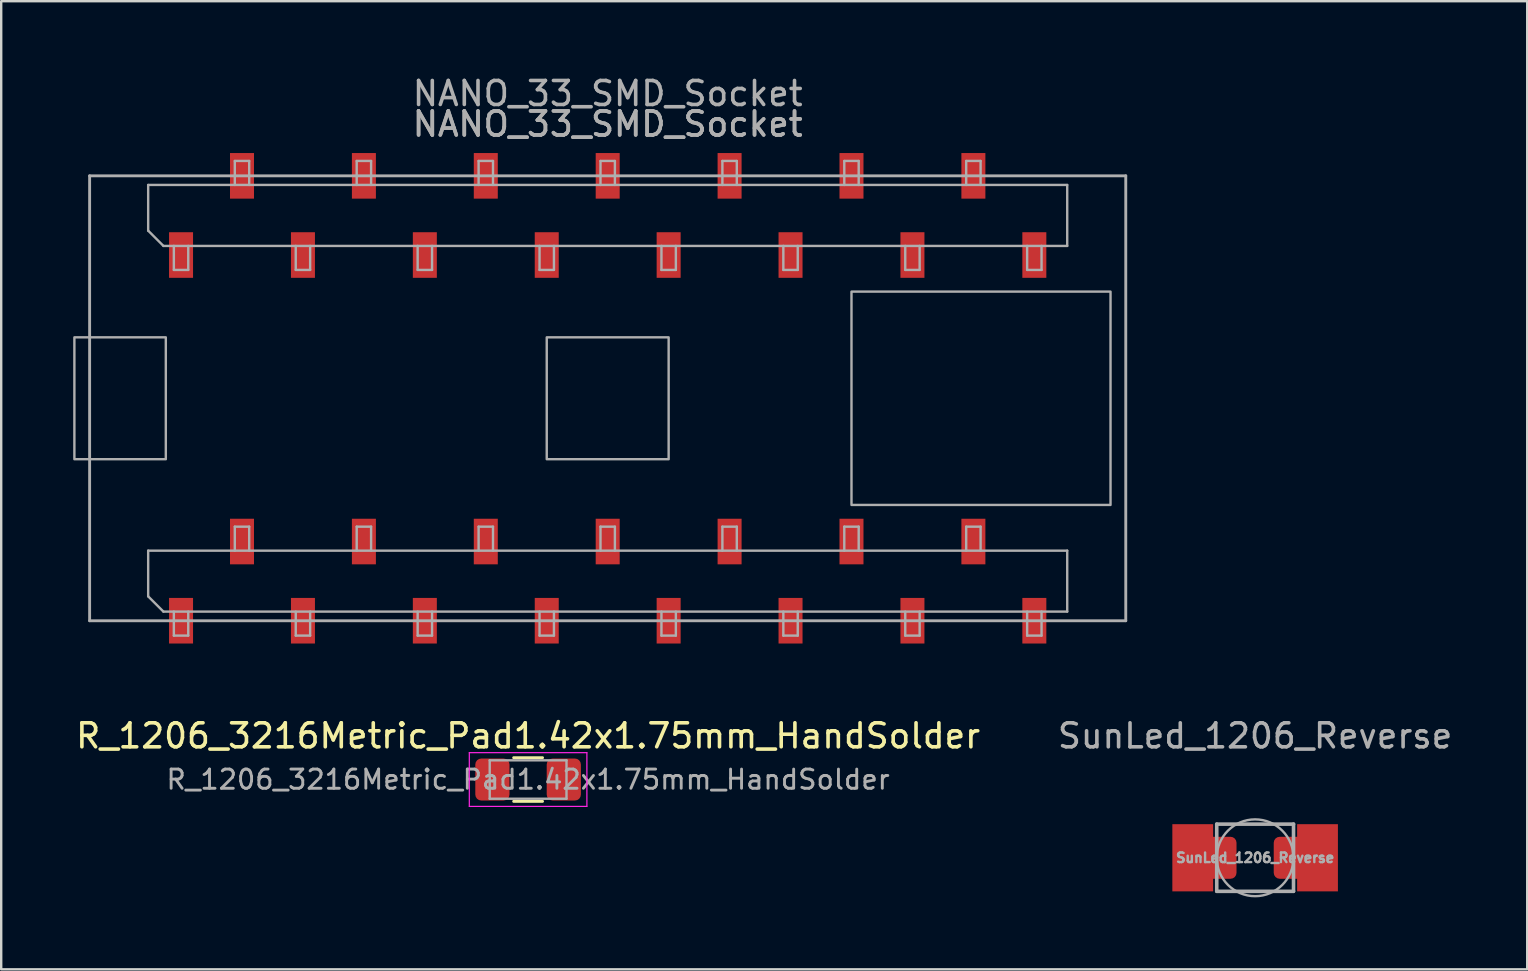
<source format=kicad_pcb>
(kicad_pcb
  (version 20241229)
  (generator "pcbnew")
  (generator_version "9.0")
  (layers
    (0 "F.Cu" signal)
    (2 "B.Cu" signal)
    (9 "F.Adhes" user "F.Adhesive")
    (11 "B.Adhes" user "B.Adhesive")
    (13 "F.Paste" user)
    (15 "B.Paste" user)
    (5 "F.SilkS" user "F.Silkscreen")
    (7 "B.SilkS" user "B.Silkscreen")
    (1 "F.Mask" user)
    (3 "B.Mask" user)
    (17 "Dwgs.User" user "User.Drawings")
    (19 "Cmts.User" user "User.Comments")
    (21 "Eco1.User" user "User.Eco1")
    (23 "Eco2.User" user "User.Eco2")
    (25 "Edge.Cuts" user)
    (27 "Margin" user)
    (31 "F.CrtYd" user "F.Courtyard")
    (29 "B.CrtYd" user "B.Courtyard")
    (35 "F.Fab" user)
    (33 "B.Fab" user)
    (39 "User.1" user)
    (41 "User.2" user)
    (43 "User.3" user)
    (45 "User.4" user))
  (footprint "NANO_33_SMD_Socket"
    (layer "F.Cu")
    (at 22.275 13.548)
    (property "Reference" "NANO_33_SMD_Socket" (at 0 -12.7 180) (layer "F.Fab") (effects (font (size 1 1) (thickness 0.15))))
    (attr smd)
    (fp_line (start -21.59 9.271) (end -21.59 -9.271) (stroke (width 0.12) (type solid)) (layer "F.Fab"))
    (fp_line (start -19.15 -8.89) (end 19.15 -8.89) (stroke (width 0.1) (type solid)) (layer "F.Fab"))
    (fp_line (start -19.15 -6.985) (end -19.15 -8.89) (stroke (width 0.1) (type solid)) (layer "F.Fab"))
    (fp_line (start -19.15 6.35) (end 19.15 6.35) (stroke (width 0.1) (type solid)) (layer "F.Fab"))
    (fp_line (start -19.15 8.255) (end -19.15 6.35) (stroke (width 0.1) (type solid)) (layer "F.Fab"))
    (fp_line (start -18.515 -6.35) (end -19.15 -6.985) (stroke (width 0.1) (type solid)) (layer "F.Fab"))
    (fp_line (start -18.515 8.89) (end -19.15 8.255) (stroke (width 0.1) (type solid)) (layer "F.Fab"))
    (fp_line (start -18.08 -5.35) (end -18.08 -6.35) (stroke (width 0.1) (type solid)) (layer "F.Fab"))
    (fp_line (start -18.08 9.89) (end -18.08 8.89) (stroke (width 0.1) (type solid)) (layer "F.Fab"))
    (fp_line (start -17.48 -6.35) (end -17.48 -5.35) (stroke (width 0.1) (type solid)) (layer "F.Fab"))
    (fp_line (start -17.48 -5.35) (end -18.08 -5.35) (stroke (width 0.1) (type solid)) (layer "F.Fab"))
    (fp_line (start -17.48 8.89) (end -17.48 9.89) (stroke (width 0.1) (type solid)) (layer "F.Fab"))
    (fp_line (start -17.48 9.89) (end -18.08 9.89) (stroke (width 0.1) (type solid)) (layer "F.Fab"))
    (fp_line (start -15.54 -9.89) (end -14.94 -9.89) (stroke (width 0.1) (type solid)) (layer "F.Fab"))
    (fp_line (start -15.54 -8.89) (end -15.54 -9.89) (stroke (width 0.1) (type solid)) (layer "F.Fab"))
    (fp_line (start -15.54 5.35) (end -14.94 5.35) (stroke (width 0.1) (type solid)) (layer "F.Fab"))
    (fp_line (start -15.54 6.35) (end -15.54 5.35) (stroke (width 0.1) (type solid)) (layer "F.Fab"))
    (fp_line (start -14.94 -9.89) (end -14.94 -8.89) (stroke (width 0.1) (type solid)) (layer "F.Fab"))
    (fp_line (start -14.94 5.35) (end -14.94 6.35) (stroke (width 0.1) (type solid)) (layer "F.Fab"))
    (fp_line (start -13 -5.35) (end -13 -6.35) (stroke (width 0.1) (type solid)) (layer "F.Fab"))
    (fp_line (start -13 9.89) (end -13 8.89) (stroke (width 0.1) (type solid)) (layer "F.Fab"))
    (fp_line (start -12.4 -6.35) (end -12.4 -5.35) (stroke (width 0.1) (type solid)) (layer "F.Fab"))
    (fp_line (start -12.4 -5.35) (end -13 -5.35) (stroke (width 0.1) (type solid)) (layer "F.Fab"))
    (fp_line (start -12.4 8.89) (end -12.4 9.89) (stroke (width 0.1) (type solid)) (layer "F.Fab"))
    (fp_line (start -12.4 9.89) (end -13 9.89) (stroke (width 0.1) (type solid)) (layer "F.Fab"))
    (fp_line (start -10.46 -9.89) (end -9.86 -9.89) (stroke (width 0.1) (type solid)) (layer "F.Fab"))
    (fp_line (start -10.46 -8.89) (end -10.46 -9.89) (stroke (width 0.1) (type solid)) (layer "F.Fab"))
    (fp_line (start -10.46 5.35) (end -9.86 5.35) (stroke (width 0.1) (type solid)) (layer "F.Fab"))
    (fp_line (start -10.46 6.35) (end -10.46 5.35) (stroke (width 0.1) (type solid)) (layer "F.Fab"))
    (fp_line (start -9.86 -9.89) (end -9.86 -8.89) (stroke (width 0.1) (type solid)) (layer "F.Fab"))
    (fp_line (start -9.86 5.35) (end -9.86 6.35) (stroke (width 0.1) (type solid)) (layer "F.Fab"))
    (fp_line (start -7.92 -5.35) (end -7.92 -6.35) (stroke (width 0.1) (type solid)) (layer "F.Fab"))
    (fp_line (start -7.92 9.89) (end -7.92 8.89) (stroke (width 0.1) (type solid)) (layer "F.Fab"))
    (fp_line (start -7.32 -6.35) (end -7.32 -5.35) (stroke (width 0.1) (type solid)) (layer "F.Fab"))
    (fp_line (start -7.32 -5.35) (end -7.92 -5.35) (stroke (width 0.1) (type solid)) (layer "F.Fab"))
    (fp_line (start -7.32 8.89) (end -7.32 9.89) (stroke (width 0.1) (type solid)) (layer "F.Fab"))
    (fp_line (start -7.32 9.89) (end -7.92 9.89) (stroke (width 0.1) (type solid)) (layer "F.Fab"))
    (fp_line (start -5.38 -9.89) (end -4.78 -9.89) (stroke (width 0.1) (type solid)) (layer "F.Fab"))
    (fp_line (start -5.38 -8.89) (end -5.38 -9.89) (stroke (width 0.1) (type solid)) (layer "F.Fab"))
    (fp_line (start -5.38 5.35) (end -4.78 5.35) (stroke (width 0.1) (type solid)) (layer "F.Fab"))
    (fp_line (start -5.38 6.35) (end -5.38 5.35) (stroke (width 0.1) (type solid)) (layer "F.Fab"))
    (fp_line (start -4.78 -9.89) (end -4.78 -8.89) (stroke (width 0.1) (type solid)) (layer "F.Fab"))
    (fp_line (start -4.78 5.35) (end -4.78 6.35) (stroke (width 0.1) (type solid)) (layer "F.Fab"))
    (fp_line (start -2.84 -5.35) (end -2.84 -6.35) (stroke (width 0.1) (type solid)) (layer "F.Fab"))
    (fp_line (start -2.84 9.89) (end -2.84 8.89) (stroke (width 0.1) (type solid)) (layer "F.Fab"))
    (fp_line (start -2.24 -6.35) (end -2.24 -5.35) (stroke (width 0.1) (type solid)) (layer "F.Fab"))
    (fp_line (start -2.24 -5.35) (end -2.84 -5.35) (stroke (width 0.1) (type solid)) (layer "F.Fab"))
    (fp_line (start -2.24 8.89) (end -2.24 9.89) (stroke (width 0.1) (type solid)) (layer "F.Fab"))
    (fp_line (start -2.24 9.89) (end -2.84 9.89) (stroke (width 0.1) (type solid)) (layer "F.Fab"))
    (fp_line (start -0.3 -9.89) (end 0.3 -9.89) (stroke (width 0.1) (type solid)) (layer "F.Fab"))
    (fp_line (start -0.3 -8.89) (end -0.3 -9.89) (stroke (width 0.1) (type solid)) (layer "F.Fab"))
    (fp_line (start -0.3 5.35) (end 0.3 5.35) (stroke (width 0.1) (type solid)) (layer "F.Fab"))
    (fp_line (start -0.3 6.35) (end -0.3 5.35) (stroke (width 0.1) (type solid)) (layer "F.Fab"))
    (fp_line (start 0.3 -9.89) (end 0.3 -8.89) (stroke (width 0.1) (type solid)) (layer "F.Fab"))
    (fp_line (start 0.3 5.35) (end 0.3 6.35) (stroke (width 0.1) (type solid)) (layer "F.Fab"))
    (fp_line (start 2.24 -5.35) (end 2.24 -6.35) (stroke (width 0.1) (type solid)) (layer "F.Fab"))
    (fp_line (start 2.24 9.89) (end 2.24 8.89) (stroke (width 0.1) (type solid)) (layer "F.Fab"))
    (fp_line (start 2.84 -6.35) (end 2.84 -5.35) (stroke (width 0.1) (type solid)) (layer "F.Fab"))
    (fp_line (start 2.84 -5.35) (end 2.24 -5.35) (stroke (width 0.1) (type solid)) (layer "F.Fab"))
    (fp_line (start 2.84 8.89) (end 2.84 9.89) (stroke (width 0.1) (type solid)) (layer "F.Fab"))
    (fp_line (start 2.84 9.89) (end 2.24 9.89) (stroke (width 0.1) (type solid)) (layer "F.Fab"))
    (fp_line (start 4.78 -9.89) (end 5.38 -9.89) (stroke (width 0.1) (type solid)) (layer "F.Fab"))
    (fp_line (start 4.78 -8.89) (end 4.78 -9.89) (stroke (width 0.1) (type solid)) (layer "F.Fab"))
    (fp_line (start 4.78 5.35) (end 5.38 5.35) (stroke (width 0.1) (type solid)) (layer "F.Fab"))
    (fp_line (start 4.78 6.35) (end 4.78 5.35) (stroke (width 0.1) (type solid)) (layer "F.Fab"))
    (fp_line (start 5.38 -9.89) (end 5.38 -8.89) (stroke (width 0.1) (type solid)) (layer "F.Fab"))
    (fp_line (start 5.38 5.35) (end 5.38 6.35) (stroke (width 0.1) (type solid)) (layer "F.Fab"))
    (fp_line (start 7.32 -5.35) (end 7.32 -6.35) (stroke (width 0.1) (type solid)) (layer "F.Fab"))
    (fp_line (start 7.32 9.89) (end 7.32 8.89) (stroke (width 0.1) (type solid)) (layer "F.Fab"))
    (fp_line (start 7.92 -6.35) (end 7.92 -5.35) (stroke (width 0.1) (type solid)) (layer "F.Fab"))
    (fp_line (start 7.92 -5.35) (end 7.32 -5.35) (stroke (width 0.1) (type solid)) (layer "F.Fab"))
    (fp_line (start 7.92 8.89) (end 7.92 9.89) (stroke (width 0.1) (type solid)) (layer "F.Fab"))
    (fp_line (start 7.92 9.89) (end 7.32 9.89) (stroke (width 0.1) (type solid)) (layer "F.Fab"))
    (fp_line (start 9.86 -9.89) (end 10.46 -9.89) (stroke (width 0.1) (type solid)) (layer "F.Fab"))
    (fp_line (start 9.86 -8.89) (end 9.86 -9.89) (stroke (width 0.1) (type solid)) (layer "F.Fab"))
    (fp_line (start 9.86 5.35) (end 10.46 5.35) (stroke (width 0.1) (type solid)) (layer "F.Fab"))
    (fp_line (start 9.86 6.35) (end 9.86 5.35) (stroke (width 0.1) (type solid)) (layer "F.Fab"))
    (fp_line (start 10.46 -9.89) (end 10.46 -8.89) (stroke (width 0.1) (type solid)) (layer "F.Fab"))
    (fp_line (start 10.46 5.35) (end 10.46 6.35) (stroke (width 0.1) (type solid)) (layer "F.Fab"))
    (fp_line (start 12.4 -5.35) (end 12.4 -6.35) (stroke (width 0.1) (type solid)) (layer "F.Fab"))
    (fp_line (start 12.4 9.89) (end 12.4 8.89) (stroke (width 0.1) (type solid)) (layer "F.Fab"))
    (fp_line (start 13 -6.35) (end 13 -5.35) (stroke (width 0.1) (type solid)) (layer "F.Fab"))
    (fp_line (start 13 -5.35) (end 12.4 -5.35) (stroke (width 0.1) (type solid)) (layer "F.Fab"))
    (fp_line (start 13 8.89) (end 13 9.89) (stroke (width 0.1) (type solid)) (layer "F.Fab"))
    (fp_line (start 13 9.89) (end 12.4 9.89) (stroke (width 0.1) (type solid)) (layer "F.Fab"))
    (fp_line (start 14.94 -9.89) (end 15.54 -9.89) (stroke (width 0.1) (type solid)) (layer "F.Fab"))
    (fp_line (start 14.94 -8.89) (end 14.94 -9.89) (stroke (width 0.1) (type solid)) (layer "F.Fab"))
    (fp_line (start 14.94 5.35) (end 15.54 5.35) (stroke (width 0.1) (type solid)) (layer "F.Fab"))
    (fp_line (start 14.94 6.35) (end 14.94 5.35) (stroke (width 0.1) (type solid)) (layer "F.Fab"))
    (fp_line (start 15.54 -9.89) (end 15.54 -8.89) (stroke (width 0.1) (type solid)) (layer "F.Fab"))
    (fp_line (start 15.54 5.35) (end 15.54 6.35) (stroke (width 0.1) (type solid)) (layer "F.Fab"))
    (fp_line (start 17.48 -5.35) (end 17.48 -6.35) (stroke (width 0.1) (type solid)) (layer "F.Fab"))
    (fp_line (start 17.48 9.89) (end 17.48 8.89) (stroke (width 0.1) (type solid)) (layer "F.Fab"))
    (fp_line (start 18.08 -6.35) (end 18.08 -5.35) (stroke (width 0.1) (type solid)) (layer "F.Fab"))
    (fp_line (start 18.08 -5.35) (end 17.48 -5.35) (stroke (width 0.1) (type solid)) (layer "F.Fab"))
    (fp_line (start 18.08 8.89) (end 18.08 9.89) (stroke (width 0.1) (type solid)) (layer "F.Fab"))
    (fp_line (start 18.08 9.89) (end 17.48 9.89) (stroke (width 0.1) (type solid)) (layer "F.Fab"))
    (fp_line (start 19.15 -8.89) (end 19.15 -6.35) (stroke (width 0.1) (type solid)) (layer "F.Fab"))
    (fp_line (start 19.15 -6.35) (end -18.515 -6.35) (stroke (width 0.1) (type solid)) (layer "F.Fab"))
    (fp_line (start 19.15 6.35) (end 19.15 8.89) (stroke (width 0.1) (type solid)) (layer "F.Fab"))
    (fp_line (start 19.15 8.89) (end -18.515 8.89) (stroke (width 0.1) (type solid)) (layer "F.Fab"))
    (fp_line (start 21.59 -9.271) (end -21.59 -9.271) (stroke (width 0.12) (type solid)) (layer "F.Fab"))
    (fp_line (start 21.59 9.271) (end -21.59 9.271) (stroke (width 0.12) (type solid)) (layer "F.Fab"))
    (fp_line (start 21.59 9.271) (end 21.59 -9.271) (stroke (width 0.12) (type solid)) (layer "F.Fab"))
    (fp_poly (pts (xy -18.415 2.54) (xy -22.225 2.54) (xy -22.225 -2.54) (xy -18.415 -2.54)) (stroke (width 0.1) (type solid)) (fill no) (layer "F.Fab"))
    (fp_poly (pts (xy 2.54 2.54) (xy -2.54 2.54) (xy -2.54 -2.54) (xy 2.54 -2.54)) (stroke (width 0.1) (type solid)) (fill no) (layer "F.Fab"))
    (fp_poly (pts (xy 20.955 4.445) (xy 10.16 4.445) (xy 10.16 -4.445) (xy 20.955 -4.445)) (stroke (width 0.1) (type solid)) (fill no) (layer "F.Fab"))
    (fp_text user "${REFERENCE}" (at 0 -11.43 180) (layer "F.Fab") (effects (font (size 1 1) (thickness 0.15))))
    (fp_text user "${REFERENCE}" (at 0 -11.43 180) (layer "F.Fab") (effects (font (size 1 1) (thickness 0.15))))
    (pad "1" smd rect (at -17.78 9.27 90) (size 1.9 1) (layers "F.Cu" "F.Mask" "F.Paste"))
    (pad "2" smd rect (at -15.24 5.97 90) (size 1.9 1) (layers "F.Cu" "F.Mask" "F.Paste"))
    (pad "3" smd rect (at -12.7 9.27 90) (size 1.9 1) (layers "F.Cu" "F.Mask" "F.Paste"))
    (pad "4" smd rect (at -10.16 5.97 90) (size 1.9 1) (layers "F.Cu" "F.Mask" "F.Paste"))
    (pad "5" smd rect (at -7.62 9.27 90) (size 1.9 1) (layers "F.Cu" "F.Mask" "F.Paste"))
    (pad "6" smd rect (at -5.08 5.97 90) (size 1.9 1) (layers "F.Cu" "F.Mask" "F.Paste"))
    (pad "7" smd rect (at -2.54 9.27 90) (size 1.9 1) (layers "F.Cu" "F.Mask" "F.Paste"))
    (pad "8" smd rect (at 0 5.97 90) (size 1.9 1) (layers "F.Cu" "F.Mask" "F.Paste"))
    (pad "9" smd rect (at 2.54 9.27 90) (size 1.9 1) (layers "F.Cu" "F.Mask" "F.Paste"))
    (pad "10" smd rect (at 5.08 5.97 90) (size 1.9 1) (layers "F.Cu" "F.Mask" "F.Paste"))
    (pad "11" smd rect (at 7.62 9.27 90) (size 1.9 1) (layers "F.Cu" "F.Mask" "F.Paste"))
    (pad "12" smd rect (at 10.16 5.97 90) (size 1.9 1) (layers "F.Cu" "F.Mask" "F.Paste"))
    (pad "13" smd rect (at 12.7 9.27 90) (size 1.9 1) (layers "F.Cu" "F.Mask" "F.Paste"))
    (pad "14" smd rect (at 15.24 5.97 90) (size 1.9 1) (layers "F.Cu" "F.Mask" "F.Paste"))
    (pad "15" smd rect (at 17.78 9.27 90) (size 1.9 1) (layers "F.Cu" "F.Mask" "F.Paste"))
    (pad "16" smd rect (at 17.78 -5.97 90) (size 1.9 1) (layers "F.Cu" "F.Mask" "F.Paste"))
    (pad "17" smd rect (at 15.24 -9.27 90) (size 1.9 1) (layers "F.Cu" "F.Mask" "F.Paste"))
    (pad "18" smd rect (at 12.7 -5.97 90) (size 1.9 1) (layers "F.Cu" "F.Mask" "F.Paste"))
    (pad "19" smd rect (at 10.16 -9.27 90) (size 1.9 1) (layers "F.Cu" "F.Mask" "F.Paste"))
    (pad "20" smd rect (at 7.62 -5.97 90) (size 1.9 1) (layers "F.Cu" "F.Mask" "F.Paste"))
    (pad "21" smd rect (at 5.08 -9.27 90) (size 1.9 1) (layers "F.Cu" "F.Mask" "F.Paste"))
    (pad "22" smd rect (at 2.54 -5.97 90) (size 1.9 1) (layers "F.Cu" "F.Mask" "F.Paste"))
    (pad "23" smd rect (at 0 -9.27 90) (size 1.9 1) (layers "F.Cu" "F.Mask" "F.Paste"))
    (pad "24" smd rect (at -2.54 -5.97 90) (size 1.9 1) (layers "F.Cu" "F.Mask" "F.Paste"))
    (pad "25" smd rect (at -5.08 -9.27 90) (size 1.9 1) (layers "F.Cu" "F.Mask" "F.Paste"))
    (pad "26" smd rect (at -7.62 -5.97 90) (size 1.9 1) (layers "F.Cu" "F.Mask" "F.Paste"))
    (pad "27" smd rect (at -10.16 -9.27 90) (size 1.9 1) (layers "F.Cu" "F.Mask" "F.Paste"))
    (pad "28" smd rect (at -12.7 -5.97 90) (size 1.9 1) (layers "F.Cu" "F.Mask" "F.Paste"))
    (pad "29" smd rect (at -15.24 -9.27 90) (size 1.9 1) (layers "F.Cu" "F.Mask" "F.Paste"))
    (pad "30" smd rect (at -17.78 -5.97 90) (size 1.9 1) (layers "F.Cu" "F.Mask" "F.Paste")))
  (footprint "R_1206_3216Metric_Pad1.42x1.75mm_HandSolder"
    (layer "F.Cu")
    (at 18.958 29.436)
    (property "Reference" "R_1206_3216Metric_Pad1.42x1.75mm_HandSolder" (at 0 -1.82 0) (layer "F.SilkS") (effects (font (size 1 1) (thickness 0.15))))
    (attr smd)
    (fp_line (start -0.602 -0.91) (end 0.602 -0.91) (stroke (width 0.12) (type solid)) (layer "F.SilkS"))
    (fp_line (start -0.602 0.91) (end 0.602 0.91) (stroke (width 0.12) (type solid)) (layer "F.SilkS"))
    (fp_line (start -2.45 -1.12) (end 2.45 -1.12) (stroke (width 0.05) (type solid)) (layer "F.CrtYd"))
    (fp_line (start -2.45 1.12) (end -2.45 -1.12) (stroke (width 0.05) (type solid)) (layer "F.CrtYd"))
    (fp_line (start 2.45 -1.12) (end 2.45 1.12) (stroke (width 0.05) (type solid)) (layer "F.CrtYd"))
    (fp_line (start 2.45 1.12) (end -2.45 1.12) (stroke (width 0.05) (type solid)) (layer "F.CrtYd"))
    (fp_line (start -1.6 -0.8) (end 1.6 -0.8) (stroke (width 0.1) (type solid)) (layer "F.Fab"))
    (fp_line (start -1.6 0.8) (end -1.6 -0.8) (stroke (width 0.1) (type solid)) (layer "F.Fab"))
    (fp_line (start 1.6 -0.8) (end 1.6 0.8) (stroke (width 0.1) (type solid)) (layer "F.Fab"))
    (fp_line (start 1.6 0.8) (end -1.6 0.8) (stroke (width 0.1) (type solid)) (layer "F.Fab"))
    (fp_text user "${REFERENCE}" (at 0 0 0) (layer "F.Fab") (effects (font (size 0.8 0.8) (thickness 0.12))))
    (pad "1" smd roundrect (at -1.488 0) (size 1.425 1.75) (layers "F.Cu" "F.Mask" "F.Paste") (roundrect_rratio 0.175))
    (pad "2" smd roundrect (at 1.488 0) (size 1.425 1.75) (layers "F.Cu" "F.Mask" "F.Paste") (roundrect_rratio 0.175)))
  (footprint "SunLed_1206_Reverse"
    (layer "F.Cu")
    (at 49.256 32.697)
    (property "Reference" "SunLed_1206_Reverse" (at 0 -5.08 0) (layer "F.Fab") (effects (font (size 1 1) (thickness 0.15))))
    (attr smd)
    (fp_line (start -1.6 -1.403) (end -1.6 1.397) (stroke (width 0.15) (type solid)) (layer "F.Fab"))
    (fp_line (start -1.6 -1.403) (end 1.6 -1.403) (stroke (width 0.15) (type solid)) (layer "F.Fab"))
    (fp_line (start -1.6 1.397) (end 1.6 1.397) (stroke (width 0.15) (type solid)) (layer "F.Fab"))
    (fp_line (start 1.6 -1.403) (end 1.6 1.397) (stroke (width 0.15) (type solid)) (layer "F.Fab"))
    (fp_circle (center 0 0) (end 1.6 0) (stroke (width 0.1) (type solid)) (fill no) (layer "F.Fab"))
    (fp_text user "${REFERENCE}" (at 0 0 0) (layer "F.Fab") (effects (font (size 0.4 0.4) (thickness 0.1))))
    (pad "1" smd rect (at -2.6 0) (size 1.7 2.8) (layers "F.Cu" "F.Mask" "F.Paste"))
    (pad "1" smd roundrect (at -1.488 0) (size 1.425 1.75) (layers "F.Cu" "F.Mask" "F.Paste") (roundrect_rratio 0.175))
    (pad "2" smd roundrect (at 1.488 0) (size 1.425 1.75) (layers "F.Cu" "F.Mask" "F.Paste") (roundrect_rratio 0.175))
    (pad "2" smd rect (at 2.6 0) (size 1.7 2.8) (layers "F.Cu" "F.Mask" "F.Paste")))
  (gr_rect
    (start -3 -3)
    (end 60.595 37.346)
    (stroke (width 0.1) (type default))
    (fill no)
    (layer "Edge.Cuts")))
</source>
